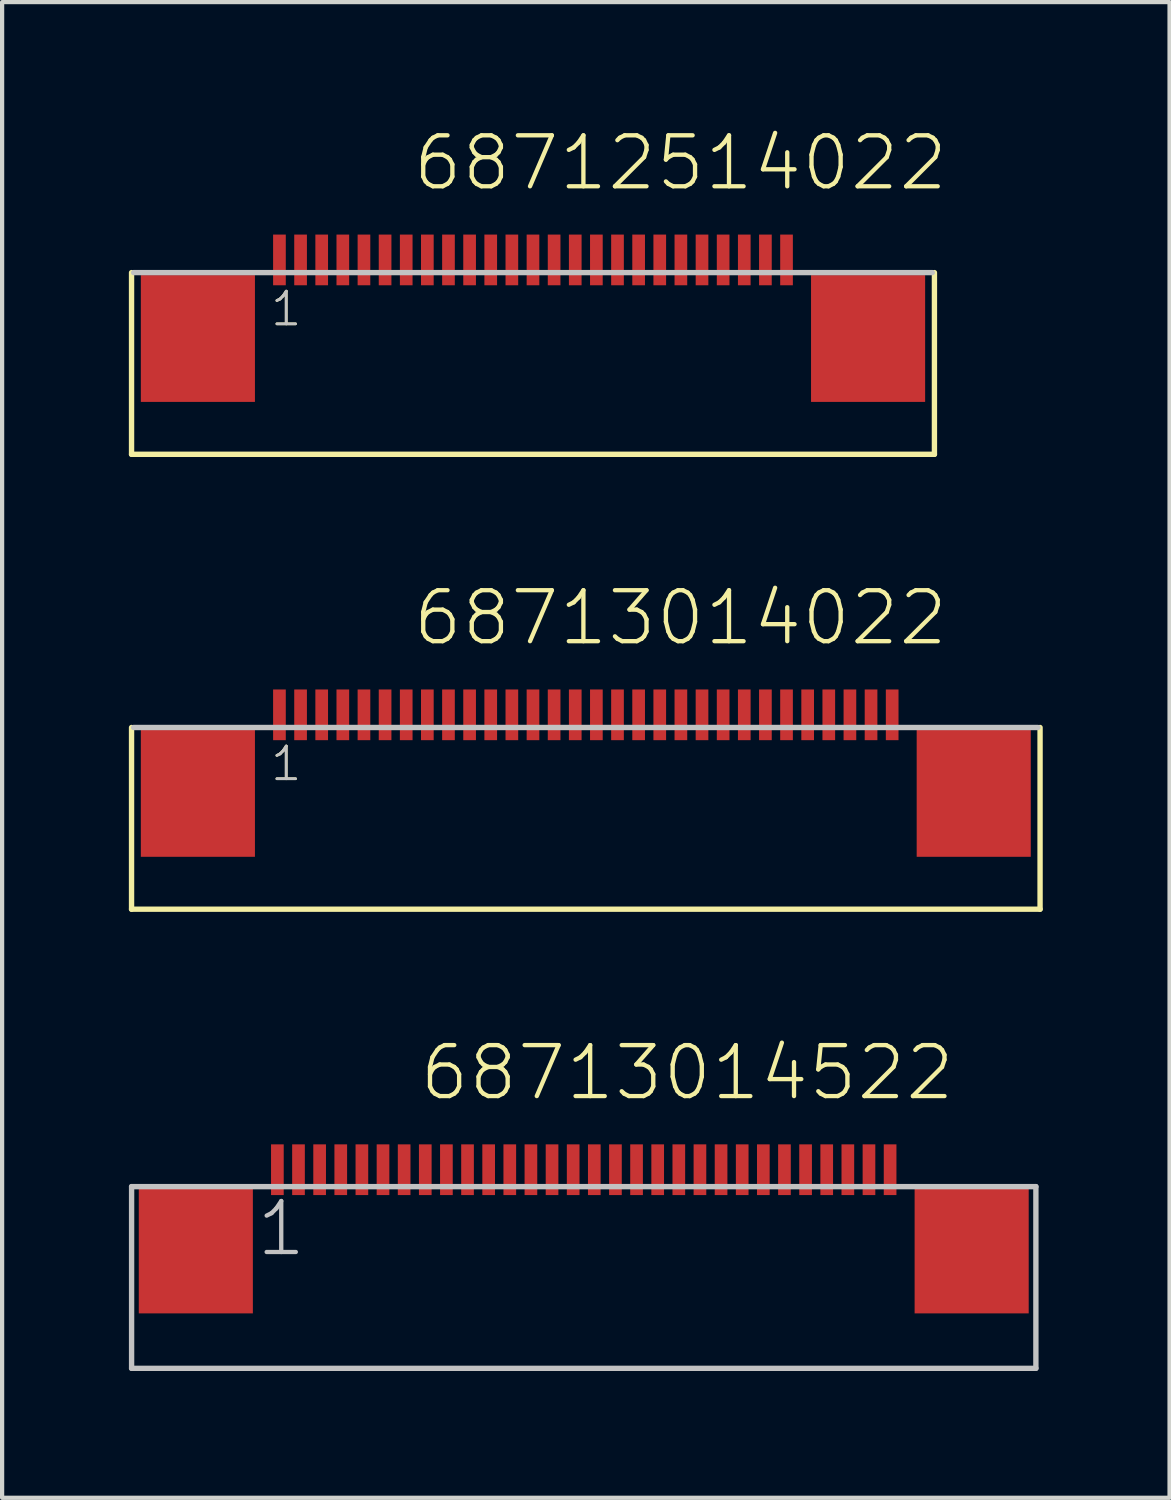
<source format=kicad_pcb>
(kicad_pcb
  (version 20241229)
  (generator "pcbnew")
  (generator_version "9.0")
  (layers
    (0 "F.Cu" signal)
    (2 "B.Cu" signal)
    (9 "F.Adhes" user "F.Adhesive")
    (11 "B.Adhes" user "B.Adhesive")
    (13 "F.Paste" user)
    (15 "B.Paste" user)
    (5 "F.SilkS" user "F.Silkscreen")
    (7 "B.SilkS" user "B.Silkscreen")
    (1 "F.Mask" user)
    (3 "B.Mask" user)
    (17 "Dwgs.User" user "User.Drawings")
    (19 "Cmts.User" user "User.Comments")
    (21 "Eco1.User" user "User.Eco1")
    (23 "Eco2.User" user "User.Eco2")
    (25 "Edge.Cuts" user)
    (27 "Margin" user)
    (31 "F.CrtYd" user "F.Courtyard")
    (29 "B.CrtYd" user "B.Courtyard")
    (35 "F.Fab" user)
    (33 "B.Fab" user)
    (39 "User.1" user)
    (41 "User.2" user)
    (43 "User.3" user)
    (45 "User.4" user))
  (footprint "68713014022"
    (layer "F.Cu")
    (at 10.813 15.726)
    (property "Reference" "68713014022" (at -4.144 -3.45 0) (layer "F.SilkS") (effects (font (size 1.206 1.206) (thickness 0.102)) (justify left bottom)))
    (attr through_hole)
    (fp_line (start -10.75 -1.56) (end -10.75 2.74) (stroke (width 0.127) (type solid)) (layer "F.SilkS"))
    (fp_line (start -10.75 2.74) (end 10.75 2.74) (stroke (width 0.127) (type solid)) (layer "F.SilkS"))
    (fp_line (start 10.75 2.74) (end 10.75 -1.56) (stroke (width 0.127) (type solid)) (layer "F.SilkS"))
    (fp_line (start 10.7 -1.56) (end -10.7 -1.56) (stroke (width 0.127) (type solid)) (layer "Dwgs.User"))
    (fp_text user "1" (at -7.5 -0.25 0) (layer "F.SilkS") (effects (font (size 0.772 0.772) (thickness 0.065)) (justify left bottom)))
    (fp_text user "1" (at -7.5 -0.25 0) (layer "Dwgs.User") (effects (font (size 0.772 0.772) (thickness 0.065)) (justify left bottom)))
    (pad "1" smd rect (at -7.25 -1.86) (size 0.3 1.2) (layers "F.Cu" "F.Mask" "F.Paste"))
    (pad "2" smd rect (at -6.75 -1.86) (size 0.3 1.2) (layers "F.Cu" "F.Mask" "F.Paste"))
    (pad "3" smd rect (at -6.25 -1.86) (size 0.3 1.2) (layers "F.Cu" "F.Mask" "F.Paste"))
    (pad "4" smd rect (at -5.75 -1.86) (size 0.3 1.2) (layers "F.Cu" "F.Mask" "F.Paste"))
    (pad "5" smd rect (at -5.25 -1.86) (size 0.3 1.2) (layers "F.Cu" "F.Mask" "F.Paste"))
    (pad "6" smd rect (at -4.75 -1.86) (size 0.3 1.2) (layers "F.Cu" "F.Mask" "F.Paste"))
    (pad "7" smd rect (at -4.25 -1.86) (size 0.3 1.2) (layers "F.Cu" "F.Mask" "F.Paste"))
    (pad "8" smd rect (at -3.75 -1.86) (size 0.3 1.2) (layers "F.Cu" "F.Mask" "F.Paste"))
    (pad "9" smd rect (at -3.25 -1.86) (size 0.3 1.2) (layers "F.Cu" "F.Mask" "F.Paste"))
    (pad "10" smd rect (at -2.75 -1.86) (size 0.3 1.2) (layers "F.Cu" "F.Mask" "F.Paste"))
    (pad "11" smd rect (at -2.25 -1.86) (size 0.3 1.2) (layers "F.Cu" "F.Mask" "F.Paste"))
    (pad "12" smd rect (at -1.75 -1.86) (size 0.3 1.2) (layers "F.Cu" "F.Mask" "F.Paste"))
    (pad "13" smd rect (at -1.25 -1.86) (size 0.3 1.2) (layers "F.Cu" "F.Mask" "F.Paste"))
    (pad "14" smd rect (at -0.75 -1.86) (size 0.3 1.2) (layers "F.Cu" "F.Mask" "F.Paste"))
    (pad "15" smd rect (at -0.25 -1.86) (size 0.3 1.2) (layers "F.Cu" "F.Mask" "F.Paste"))
    (pad "16" smd rect (at 0.25 -1.86) (size 0.3 1.2) (layers "F.Cu" "F.Mask" "F.Paste"))
    (pad "17" smd rect (at 0.75 -1.86) (size 0.3 1.2) (layers "F.Cu" "F.Mask" "F.Paste"))
    (pad "18" smd rect (at 1.25 -1.86) (size 0.3 1.2) (layers "F.Cu" "F.Mask" "F.Paste"))
    (pad "19" smd rect (at 1.75 -1.86) (size 0.3 1.2) (layers "F.Cu" "F.Mask" "F.Paste"))
    (pad "20" smd rect (at 2.25 -1.86) (size 0.3 1.2) (layers "F.Cu" "F.Mask" "F.Paste"))
    (pad "21" smd rect (at 2.75 -1.86) (size 0.3 1.2) (layers "F.Cu" "F.Mask" "F.Paste"))
    (pad "22" smd rect (at 3.25 -1.86) (size 0.3 1.2) (layers "F.Cu" "F.Mask" "F.Paste"))
    (pad "23" smd rect (at 3.75 -1.86) (size 0.3 1.2) (layers "F.Cu" "F.Mask" "F.Paste"))
    (pad "24" smd rect (at 4.25 -1.86) (size 0.3 1.2) (layers "F.Cu" "F.Mask" "F.Paste"))
    (pad "25" smd rect (at 4.75 -1.86) (size 0.3 1.2) (layers "F.Cu" "F.Mask" "F.Paste"))
    (pad "26" smd rect (at 5.25 -1.86) (size 0.3 1.2) (layers "F.Cu" "F.Mask" "F.Paste"))
    (pad "27" smd rect (at 5.75 -1.86) (size 0.3 1.2) (layers "F.Cu" "F.Mask" "F.Paste"))
    (pad "28" smd rect (at 6.25 -1.86) (size 0.3 1.2) (layers "F.Cu" "F.Mask" "F.Paste"))
    (pad "29" smd rect (at 6.75 -1.86) (size 0.3 1.2) (layers "F.Cu" "F.Mask" "F.Paste"))
    (pad "30" smd rect (at 7.25 -1.86) (size 0.3 1.2) (layers "F.Cu" "F.Mask" "F.Paste"))
    (pad "Z1" smd rect (at -9.18 0) (size 2.7 3) (layers "F.Cu" "F.Mask" "F.Paste"))
    (pad "Z2" smd rect (at 9.18 0) (size 2.7 3) (layers "F.Cu" "F.Mask" "F.Paste")))
  (footprint "68712514022"
    (layer "F.Cu")
    (at 9.813 4.961)
    (property "Reference" "68712514022" (at -3.144 -3.45 0) (layer "F.SilkS") (effects (font (size 1.206 1.206) (thickness 0.102)) (justify left bottom)))
    (attr through_hole)
    (fp_line (start -9.75 -1.56) (end -9.75 2.74) (stroke (width 0.127) (type solid)) (layer "F.SilkS"))
    (fp_line (start -9.75 2.74) (end 9.25 2.74) (stroke (width 0.127) (type solid)) (layer "F.SilkS"))
    (fp_line (start 9.25 2.74) (end 9.25 -1.56) (stroke (width 0.127) (type solid)) (layer "F.SilkS"))
    (fp_line (start 9.2 -1.56) (end -9.7 -1.56) (stroke (width 0.127) (type solid)) (layer "Dwgs.User"))
    (fp_text user "1" (at -6.5 -0.25 0) (layer "F.SilkS") (effects (font (size 0.772 0.772) (thickness 0.065)) (justify left bottom)))
    (fp_text user "1" (at -6.5 -0.25 0) (layer "Dwgs.User") (effects (font (size 0.772 0.772) (thickness 0.065)) (justify left bottom)))
    (pad "1" smd rect (at -6.25 -1.86) (size 0.3 1.2) (layers "F.Cu" "F.Mask" "F.Paste"))
    (pad "2" smd rect (at -5.75 -1.86) (size 0.3 1.2) (layers "F.Cu" "F.Mask" "F.Paste"))
    (pad "3" smd rect (at -5.25 -1.86) (size 0.3 1.2) (layers "F.Cu" "F.Mask" "F.Paste"))
    (pad "4" smd rect (at -4.75 -1.86) (size 0.3 1.2) (layers "F.Cu" "F.Mask" "F.Paste"))
    (pad "5" smd rect (at -4.25 -1.86) (size 0.3 1.2) (layers "F.Cu" "F.Mask" "F.Paste"))
    (pad "6" smd rect (at -3.75 -1.86) (size 0.3 1.2) (layers "F.Cu" "F.Mask" "F.Paste"))
    (pad "7" smd rect (at -3.25 -1.86) (size 0.3 1.2) (layers "F.Cu" "F.Mask" "F.Paste"))
    (pad "8" smd rect (at -2.75 -1.86) (size 0.3 1.2) (layers "F.Cu" "F.Mask" "F.Paste"))
    (pad "9" smd rect (at -2.25 -1.86) (size 0.3 1.2) (layers "F.Cu" "F.Mask" "F.Paste"))
    (pad "10" smd rect (at -1.75 -1.86) (size 0.3 1.2) (layers "F.Cu" "F.Mask" "F.Paste"))
    (pad "11" smd rect (at -1.25 -1.86) (size 0.3 1.2) (layers "F.Cu" "F.Mask" "F.Paste"))
    (pad "12" smd rect (at -0.75 -1.86) (size 0.3 1.2) (layers "F.Cu" "F.Mask" "F.Paste"))
    (pad "13" smd rect (at -0.25 -1.86) (size 0.3 1.2) (layers "F.Cu" "F.Mask" "F.Paste"))
    (pad "14" smd rect (at 0.25 -1.86) (size 0.3 1.2) (layers "F.Cu" "F.Mask" "F.Paste"))
    (pad "15" smd rect (at 0.75 -1.86) (size 0.3 1.2) (layers "F.Cu" "F.Mask" "F.Paste"))
    (pad "16" smd rect (at 1.25 -1.86) (size 0.3 1.2) (layers "F.Cu" "F.Mask" "F.Paste"))
    (pad "17" smd rect (at 1.75 -1.86) (size 0.3 1.2) (layers "F.Cu" "F.Mask" "F.Paste"))
    (pad "18" smd rect (at 2.25 -1.86) (size 0.3 1.2) (layers "F.Cu" "F.Mask" "F.Paste"))
    (pad "19" smd rect (at 2.75 -1.86) (size 0.3 1.2) (layers "F.Cu" "F.Mask" "F.Paste"))
    (pad "20" smd rect (at 3.25 -1.86) (size 0.3 1.2) (layers "F.Cu" "F.Mask" "F.Paste"))
    (pad "21" smd rect (at 3.75 -1.86) (size 0.3 1.2) (layers "F.Cu" "F.Mask" "F.Paste"))
    (pad "22" smd rect (at 4.25 -1.86) (size 0.3 1.2) (layers "F.Cu" "F.Mask" "F.Paste"))
    (pad "23" smd rect (at 4.75 -1.86) (size 0.3 1.2) (layers "F.Cu" "F.Mask" "F.Paste"))
    (pad "24" smd rect (at 5.25 -1.86) (size 0.3 1.2) (layers "F.Cu" "F.Mask" "F.Paste"))
    (pad "25" smd rect (at 5.75 -1.86) (size 0.3 1.2) (layers "F.Cu" "F.Mask" "F.Paste"))
    (pad "Z1" smd rect (at -8.18 0) (size 2.7 3) (layers "F.Cu" "F.Mask" "F.Paste"))
    (pad "Z2" smd rect (at 7.68 0) (size 2.7 3) (layers "F.Cu" "F.Mask" "F.Paste")))
  (footprint "68713014522"
    (layer "F.Cu")
    (at 10.764 26.531)
    (property "Reference" "68713014522" (at -3.935 -3.49 0) (layer "F.SilkS") (effects (font (size 1.206 1.206) (thickness 0.102)) (justify left bottom)))
    (attr through_hole)
    (fp_line (start -10.7 -1.5) (end 10.7 -1.5) (stroke (width 0.127) (type solid)) (layer "Dwgs.User"))
    (fp_line (start -10.7 2.8) (end -10.7 -1.5) (stroke (width 0.127) (type solid)) (layer "Dwgs.User"))
    (fp_line (start -10.7 2.8) (end 10.7 2.8) (stroke (width 0.127) (type solid)) (layer "Dwgs.User"))
    (fp_line (start 10.7 -1.5) (end 10.7 2.8) (stroke (width 0.127) (type solid)) (layer "Dwgs.User"))
    (fp_text user "1" (at -7.8 0.2 0) (layer "Dwgs.User") (effects (font (size 1.206 1.206) (thickness 0.102)) (justify left bottom)))
    (pad "1" smd rect (at -7.25 -1.9) (size 0.3 1.2) (layers "F.Cu" "F.Mask" "F.Paste"))
    (pad "2" smd rect (at -6.75 -1.9) (size 0.3 1.2) (layers "F.Cu" "F.Mask" "F.Paste"))
    (pad "3" smd rect (at -6.25 -1.9) (size 0.3 1.2) (layers "F.Cu" "F.Mask" "F.Paste"))
    (pad "4" smd rect (at -5.75 -1.9) (size 0.3 1.2) (layers "F.Cu" "F.Mask" "F.Paste"))
    (pad "5" smd rect (at -5.25 -1.9) (size 0.3 1.2) (layers "F.Cu" "F.Mask" "F.Paste"))
    (pad "6" smd rect (at -4.75 -1.9) (size 0.3 1.2) (layers "F.Cu" "F.Mask" "F.Paste"))
    (pad "7" smd rect (at -4.25 -1.9) (size 0.3 1.2) (layers "F.Cu" "F.Mask" "F.Paste"))
    (pad "8" smd rect (at -3.75 -1.9) (size 0.3 1.2) (layers "F.Cu" "F.Mask" "F.Paste"))
    (pad "9" smd rect (at -3.25 -1.9) (size 0.3 1.2) (layers "F.Cu" "F.Mask" "F.Paste"))
    (pad "10" smd rect (at -2.75 -1.9) (size 0.3 1.2) (layers "F.Cu" "F.Mask" "F.Paste"))
    (pad "11" smd rect (at -2.25 -1.9) (size 0.3 1.2) (layers "F.Cu" "F.Mask" "F.Paste"))
    (pad "12" smd rect (at -1.75 -1.9) (size 0.3 1.2) (layers "F.Cu" "F.Mask" "F.Paste"))
    (pad "13" smd rect (at -1.25 -1.9) (size 0.3 1.2) (layers "F.Cu" "F.Mask" "F.Paste"))
    (pad "14" smd rect (at -0.75 -1.9) (size 0.3 1.2) (layers "F.Cu" "F.Mask" "F.Paste"))
    (pad "15" smd rect (at -0.25 -1.9) (size 0.3 1.2) (layers "F.Cu" "F.Mask" "F.Paste"))
    (pad "16" smd rect (at 0.25 -1.9) (size 0.3 1.2) (layers "F.Cu" "F.Mask" "F.Paste"))
    (pad "17" smd rect (at 0.75 -1.9) (size 0.3 1.2) (layers "F.Cu" "F.Mask" "F.Paste"))
    (pad "18" smd rect (at 1.25 -1.9) (size 0.3 1.2) (layers "F.Cu" "F.Mask" "F.Paste"))
    (pad "19" smd rect (at 1.75 -1.9) (size 0.3 1.2) (layers "F.Cu" "F.Mask" "F.Paste"))
    (pad "20" smd rect (at 2.25 -1.9) (size 0.3 1.2) (layers "F.Cu" "F.Mask" "F.Paste"))
    (pad "21" smd rect (at 2.75 -1.9) (size 0.3 1.2) (layers "F.Cu" "F.Mask" "F.Paste"))
    (pad "22" smd rect (at 3.25 -1.9) (size 0.3 1.2) (layers "F.Cu" "F.Mask" "F.Paste"))
    (pad "23" smd rect (at 3.75 -1.9) (size 0.3 1.2) (layers "F.Cu" "F.Mask" "F.Paste"))
    (pad "24" smd rect (at 4.25 -1.9) (size 0.3 1.2) (layers "F.Cu" "F.Mask" "F.Paste"))
    (pad "25" smd rect (at 4.75 -1.9) (size 0.3 1.2) (layers "F.Cu" "F.Mask" "F.Paste"))
    (pad "26" smd rect (at 5.25 -1.9) (size 0.3 1.2) (layers "F.Cu" "F.Mask" "F.Paste"))
    (pad "27" smd rect (at 5.75 -1.9) (size 0.3 1.2) (layers "F.Cu" "F.Mask" "F.Paste"))
    (pad "28" smd rect (at 6.25 -1.9) (size 0.3 1.2) (layers "F.Cu" "F.Mask" "F.Paste"))
    (pad "29" smd rect (at 6.75 -1.9) (size 0.3 1.2) (layers "F.Cu" "F.Mask" "F.Paste"))
    (pad "30" smd rect (at 7.25 -1.9) (size 0.3 1.2) (layers "F.Cu" "F.Mask" "F.Paste"))
    (pad "Z1" smd rect (at -9.18 0) (size 2.7 3) (layers "F.Cu" "F.Mask" "F.Paste"))
    (pad "Z2" smd rect (at 9.18 0) (size 2.7 3) (layers "F.Cu" "F.Mask" "F.Paste")))
  (gr_rect
    (start -3 -3)
    (end 24.627 32.395)
    (stroke (width 0.1) (type default))
    (fill no)
    (layer "Edge.Cuts")))
</source>
